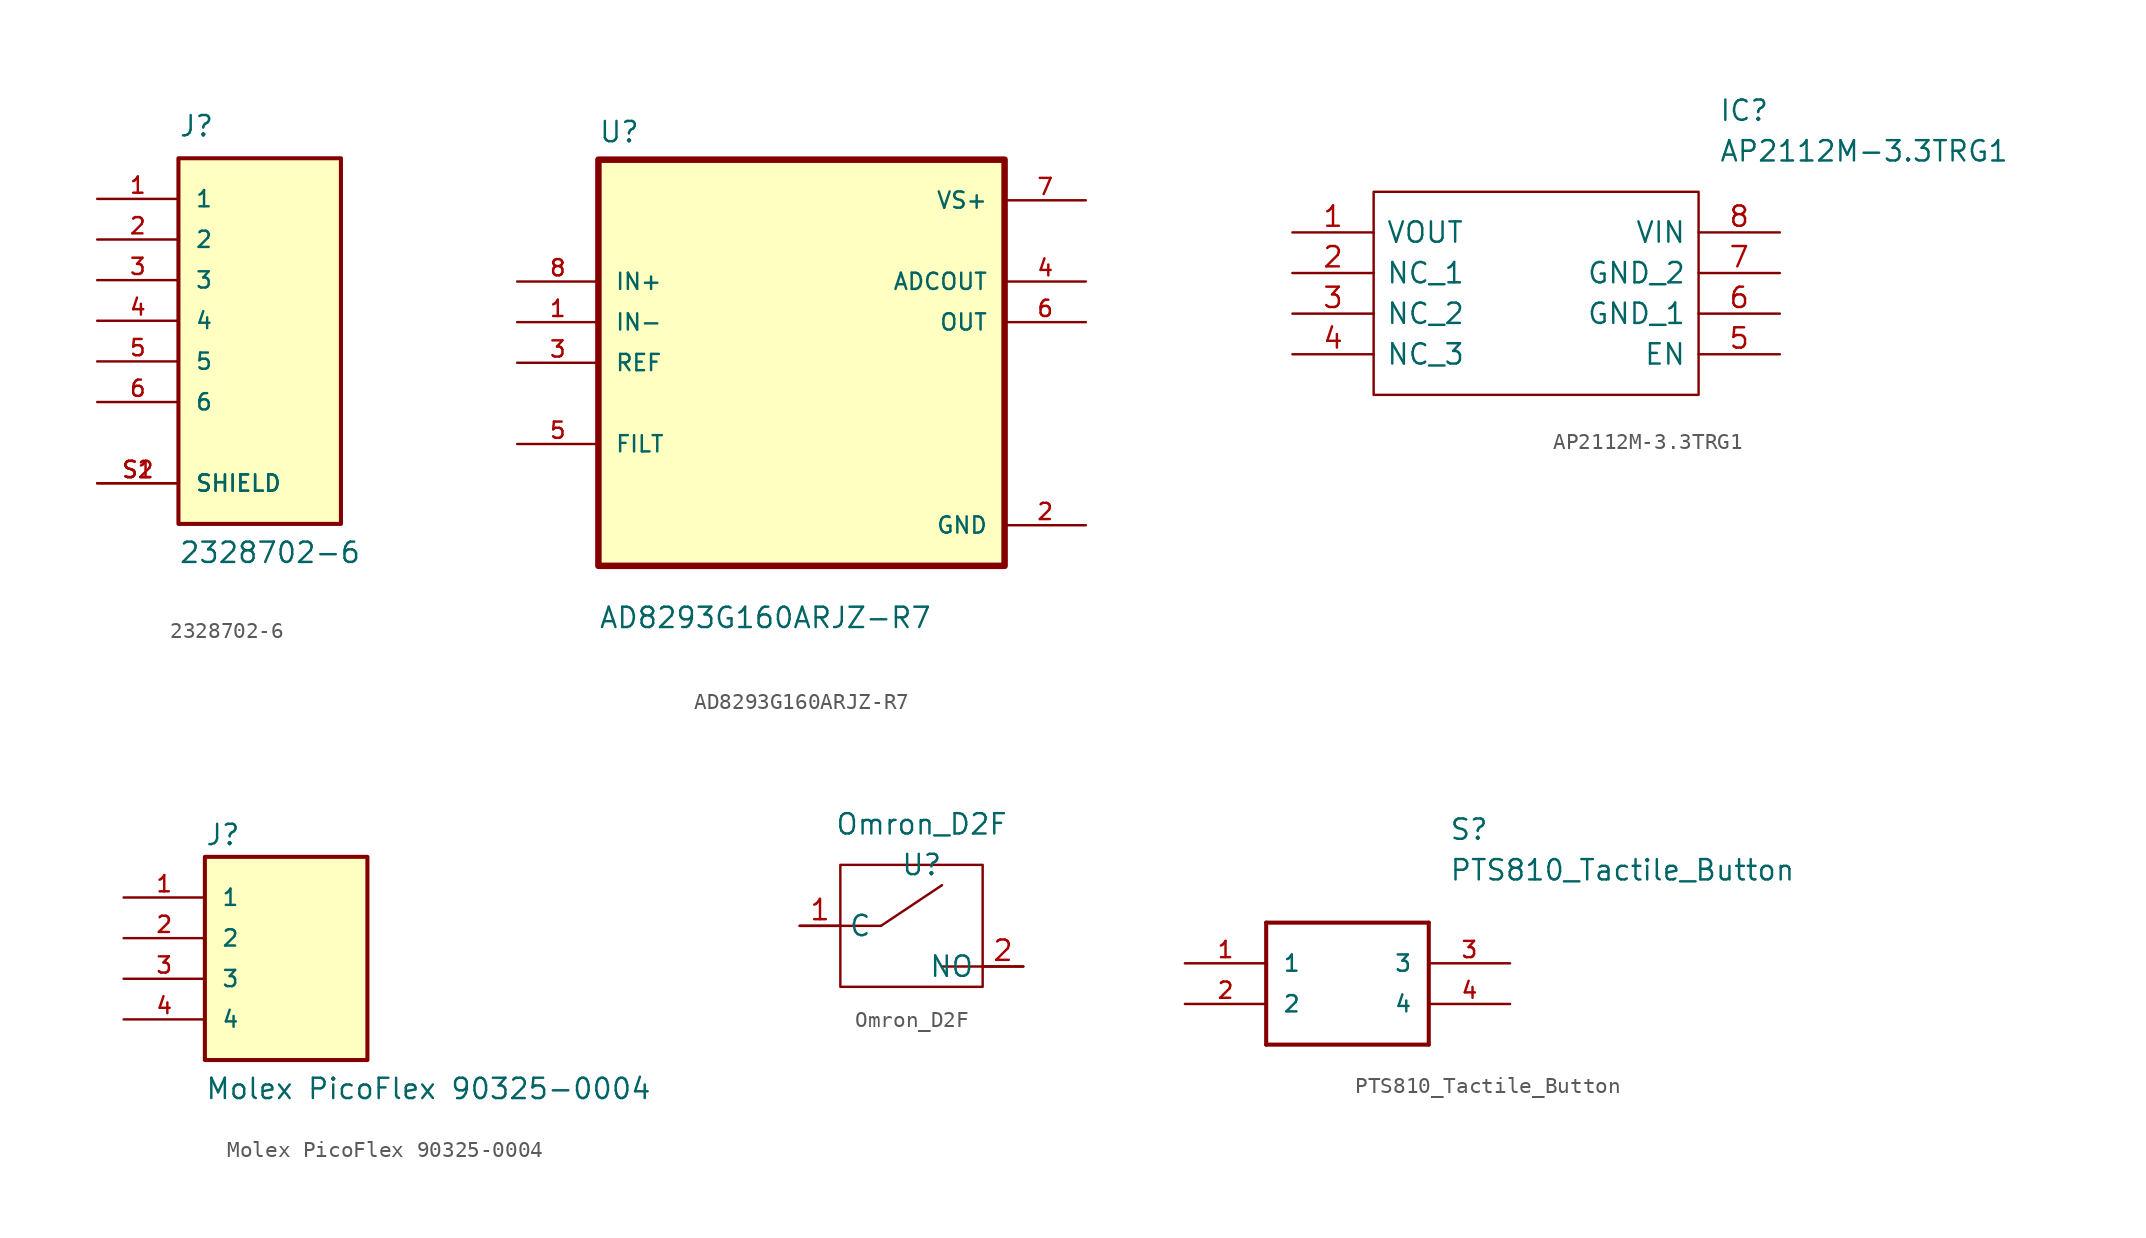
<source format=kicad_sym>
(kicad_symbol_lib
  (version 20211014)
  (generator kicad_symbol_editor)
  (symbol "2328702-6"
    (pin_names
      (offset 1.016))
    (property "Reference" "J"
      (at -5.08 11.43 0)
      (effects (font (size 1.27 1.27)) (justify left bottom)))
    (property "Value" "2328702-6"
      (at -5.08 -15.24 0)
      (effects (font (size 1.27 1.27)) (justify left bottom)))
    (property "ki_locked" ""
      (at 0 0 0)
      (effects (font (size 1.27 1.27))))
    (symbol "2328702-6_0_0"
      (rectangle (start -5.08 -12.7) (end 5.08 10.16) (stroke (width 0.254) (type default) (color 0 0 0 0)) (fill (type background)))
      (pin passive line (at -10.16 7.62 0) (length 5.08) (name "1" (effects (font (size 1.016 1.016)))) (number "1" (effects (font (size 1.016 1.016)))))
      (pin passive line (at -10.16 5.08 0) (length 5.08) (name "2" (effects (font (size 1.016 1.016)))) (number "2" (effects (font (size 1.016 1.016)))))
      (pin passive line (at -10.16 2.54 0) (length 5.08) (name "3" (effects (font (size 1.016 1.016)))) (number "3" (effects (font (size 1.016 1.016)))))
      (pin passive line (at -10.16 0 0) (length 5.08) (name "4" (effects (font (size 1.016 1.016)))) (number "4" (effects (font (size 1.016 1.016)))))
      (pin passive line (at -10.16 -2.54 0) (length 5.08) (name "5" (effects (font (size 1.016 1.016)))) (number "5" (effects (font (size 1.016 1.016)))))
      (pin passive line (at -10.16 -5.08 0) (length 5.08) (name "6" (effects (font (size 1.016 1.016)))) (number "6" (effects (font (size 1.016 1.016)))))
      (pin passive line (at -10.16 -10.16 0) (length 5.08) (name "SHIELD" (effects (font (size 1.016 1.016)))) (number "S1" (effects (font (size 1.016 1.016)))))
      (pin passive line (at -10.16 -10.16 0) (length 5.08) (name "SHIELD" (effects (font (size 1.016 1.016)))) (number "S2" (effects (font (size 1.016 1.016)))))))
  (symbol "AD8293G160ARJZ-R7"
    (pin_names
      (offset 1.016))
    (property "Reference" "U"
      (at -12.7 13.691 0)
      (effects (font (size 1.27 1.27)) (justify left bottom)))
    (property "Value" "AD8293G160ARJZ-R7"
      (at -12.7 -16.688 0)
      (effects (font (size 1.27 1.27)) (justify left bottom)))
    (symbol "AD8293G160ARJZ-R7_0_0"
      (rectangle (start -12.7 -12.7) (end 12.7 12.7) (stroke (width 0.406) (type default) (color 0 0 0 0)) (fill (type background)))
      (pin input line (at -17.78 2.54 0) (length 5.08) (name "IN-" (effects (font (size 1.016 1.016)))) (number "1" (effects (font (size 1.016 1.016)))))
      (pin power_in line (at 17.78 -10.16 180) (length 5.08) (name "GND" (effects (font (size 1.016 1.016)))) (number "2" (effects (font (size 1.016 1.016)))))
      (pin input line (at -17.78 0 0) (length 5.08) (name "REF" (effects (font (size 1.016 1.016)))) (number "3" (effects (font (size 1.016 1.016)))))
      (pin output line (at 17.78 5.08 180) (length 5.08) (name "ADCOUT" (effects (font (size 1.016 1.016)))) (number "4" (effects (font (size 1.016 1.016)))))
      (pin bidirectional line (at -17.78 -5.08 0) (length 5.08) (name "FILT" (effects (font (size 1.016 1.016)))) (number "5" (effects (font (size 1.016 1.016)))))
      (pin output line (at 17.78 2.54 180) (length 5.08) (name "OUT" (effects (font (size 1.016 1.016)))) (number "6" (effects (font (size 1.016 1.016)))))
      (pin power_in line (at 17.78 10.16 180) (length 5.08) (name "VS+" (effects (font (size 1.016 1.016)))) (number "7" (effects (font (size 1.016 1.016)))))
      (pin input line (at -17.78 5.08 0) (length 5.08) (name "IN+" (effects (font (size 1.016 1.016)))) (number "8" (effects (font (size 1.016 1.016)))))))
  (symbol "AP2112M-3.3TRG1"
    (pin_names
      (offset 0.762))
    (property "Reference" "IC"
      (at 26.67 7.62 0)
      (effects (font (size 1.27 1.27)) (justify left)))
    (property "Value" "AP2112M-3.3TRG1"
      (at 26.67 5.08 0)
      (effects (font (size 1.27 1.27)) (justify left)))
    (symbol "AP2112M-3.3TRG1_0_0"
      (pin passive line (at 0 0 0) (length 5.08) (name "VOUT" (effects (font (size 1.27 1.27)))) (number "1" (effects (font (size 1.27 1.27)))))
      (pin passive line (at 0 -2.54 0) (length 5.08) (name "NC_1" (effects (font (size 1.27 1.27)))) (number "2" (effects (font (size 1.27 1.27)))))
      (pin passive line (at 0 -5.08 0) (length 5.08) (name "NC_2" (effects (font (size 1.27 1.27)))) (number "3" (effects (font (size 1.27 1.27)))))
      (pin passive line (at 0 -7.62 0) (length 5.08) (name "NC_3" (effects (font (size 1.27 1.27)))) (number "4" (effects (font (size 1.27 1.27)))))
      (pin passive line (at 30.48 -7.62 180) (length 5.08) (name "EN" (effects (font (size 1.27 1.27)))) (number "5" (effects (font (size 1.27 1.27)))))
      (pin passive line (at 30.48 -5.08 180) (length 5.08) (name "GND_1" (effects (font (size 1.27 1.27)))) (number "6" (effects (font (size 1.27 1.27)))))
      (pin passive line (at 30.48 -2.54 180) (length 5.08) (name "GND_2" (effects (font (size 1.27 1.27)))) (number "7" (effects (font (size 1.27 1.27)))))
      (pin passive line (at 30.48 0 180) (length 5.08) (name "VIN" (effects (font (size 1.27 1.27)))) (number "8" (effects (font (size 1.27 1.27))))))
    (symbol "AP2112M-3.3TRG1_0_1"
      (polyline (pts (xy 5.08 2.54) (xy 25.4 2.54) (xy 25.4 -10.16) (xy 5.08 -10.16) (xy 5.08 2.54)) (stroke (width 0.152) (type default) (color 0 0 0 0)) (fill (type none)))))
  (symbol "Molex PicoFlex 90325-0004"
    (pin_names
      (offset 1.016))
    (property "Reference" "J"
      (at -5.08 5.715 0)
      (effects (font (size 1.27 1.27)) (justify left bottom)))
    (property "Value" "Molex PicoFlex 90325-0004"
      (at -5.08 -10.16 0)
      (effects (font (size 1.27 1.27)) (justify left bottom)))
    (symbol "Molex PicoFlex 90325-0004_0_0"
      (rectangle (start -5.08 -7.62) (end 5.08 5.08) (stroke (width 0.254) (type default) (color 0 0 0 0)) (fill (type background)))
      (pin passive line (at -10.16 2.54 0) (length 5.08) (name "1" (effects (font (size 1.016 1.016)))) (number "1" (effects (font (size 1.016 1.016)))))
      (pin passive line (at -10.16 0 0) (length 5.08) (name "2" (effects (font (size 1.016 1.016)))) (number "2" (effects (font (size 1.016 1.016)))))
      (pin passive line (at -10.16 -2.54 0) (length 5.08) (name "3" (effects (font (size 1.016 1.016)))) (number "3" (effects (font (size 1.016 1.016)))))
      (pin passive line (at -10.16 -5.08 0) (length 5.08) (name "4" (effects (font (size 1.016 1.016)))) (number "4" (effects (font (size 1.016 1.016)))))))
  (symbol "Omron_D2F"
    (property "Reference" "U"
      (at 0 0 0)
      (effects (font (size 1.27 1.27))))
    (property "Value" "Omron_D2F"
      (at 0 2.54 0)
      (effects (font (size 1.27 1.27))))
    (symbol "Omron_D2F_0_1"
      (rectangle (start -5.08 0) (end 3.81 -7.62) (stroke (width 0) (type default) (color 0 0 0 0)) (fill (type none)))
      (polyline (pts (xy -7.62 -3.81) (xy -2.54 -3.81)) (stroke (width 0) (type default) (color 0 0 0 0)) (fill (type none)))
      (polyline (pts (xy -2.54 -3.81) (xy 1.27 -1.27)) (stroke (width 0) (type default) (color 0 0 0 0)) (fill (type none)))
      (polyline (pts (xy 1.27 -6.35) (xy 6.35 -6.35)) (stroke (width 0) (type default) (color 0 0 0 0)) (fill (type none))))
    (symbol "Omron_D2F_1_1"
      (pin passive line (at -7.62 -3.81 0) (length 2.54) (name "C" (effects (font (size 1.27 1.27)))) (number "1" (effects (font (size 1.27 1.27)))))
      (pin passive line (at 6.35 -6.35 180) (length 2.54) (name "NO" (effects (font (size 1.27 1.27)))) (number "2" (effects (font (size 1.27 1.27)))))))
  (symbol "PTS810_Tactile_Button"
    (pin_names
      (offset 1.016))
    (property "Reference" "S"
      (at 16.51 7.62 0)
      (effects (font (size 1.27 1.27)) (justify left bottom)))
    (property "Value" "PTS810_Tactile_Button"
      (at 16.51 5.08 0)
      (effects (font (size 1.27 1.27)) (justify left bottom)))
    (symbol "PTS810_Tactile_Button_0_0"
      (polyline (pts (xy 5.08 2.54) (xy 5.08 -5.08)) (stroke (width 0.254) (type default) (color 0 0 0 0)) (fill (type none)))
      (polyline (pts (xy 5.08 2.54) (xy 15.24 2.54)) (stroke (width 0.254) (type default) (color 0 0 0 0)) (fill (type none)))
      (polyline (pts (xy 15.24 -5.08) (xy 5.08 -5.08)) (stroke (width 0.254) (type default) (color 0 0 0 0)) (fill (type none)))
      (polyline (pts (xy 15.24 -5.08) (xy 15.24 2.54)) (stroke (width 0.254) (type default) (color 0 0 0 0)) (fill (type none)))
      (pin bidirectional line (at 0 0 0) (length 5.08) (name "1" (effects (font (size 1.016 1.016)))) (number "1" (effects (font (size 1.016 1.016)))))
      (pin bidirectional line (at 0 -2.54 0) (length 5.08) (name "2" (effects (font (size 1.016 1.016)))) (number "2" (effects (font (size 1.016 1.016)))))
      (pin bidirectional line (at 20.32 0 180) (length 5.08) (name "3" (effects (font (size 1.016 1.016)))) (number "3" (effects (font (size 1.016 1.016)))))
      (pin bidirectional line (at 20.32 -2.54 180) (length 5.08) (name "4" (effects (font (size 1.016 1.016)))) (number "4" (effects (font (size 1.016 1.016))))))))
</source>
